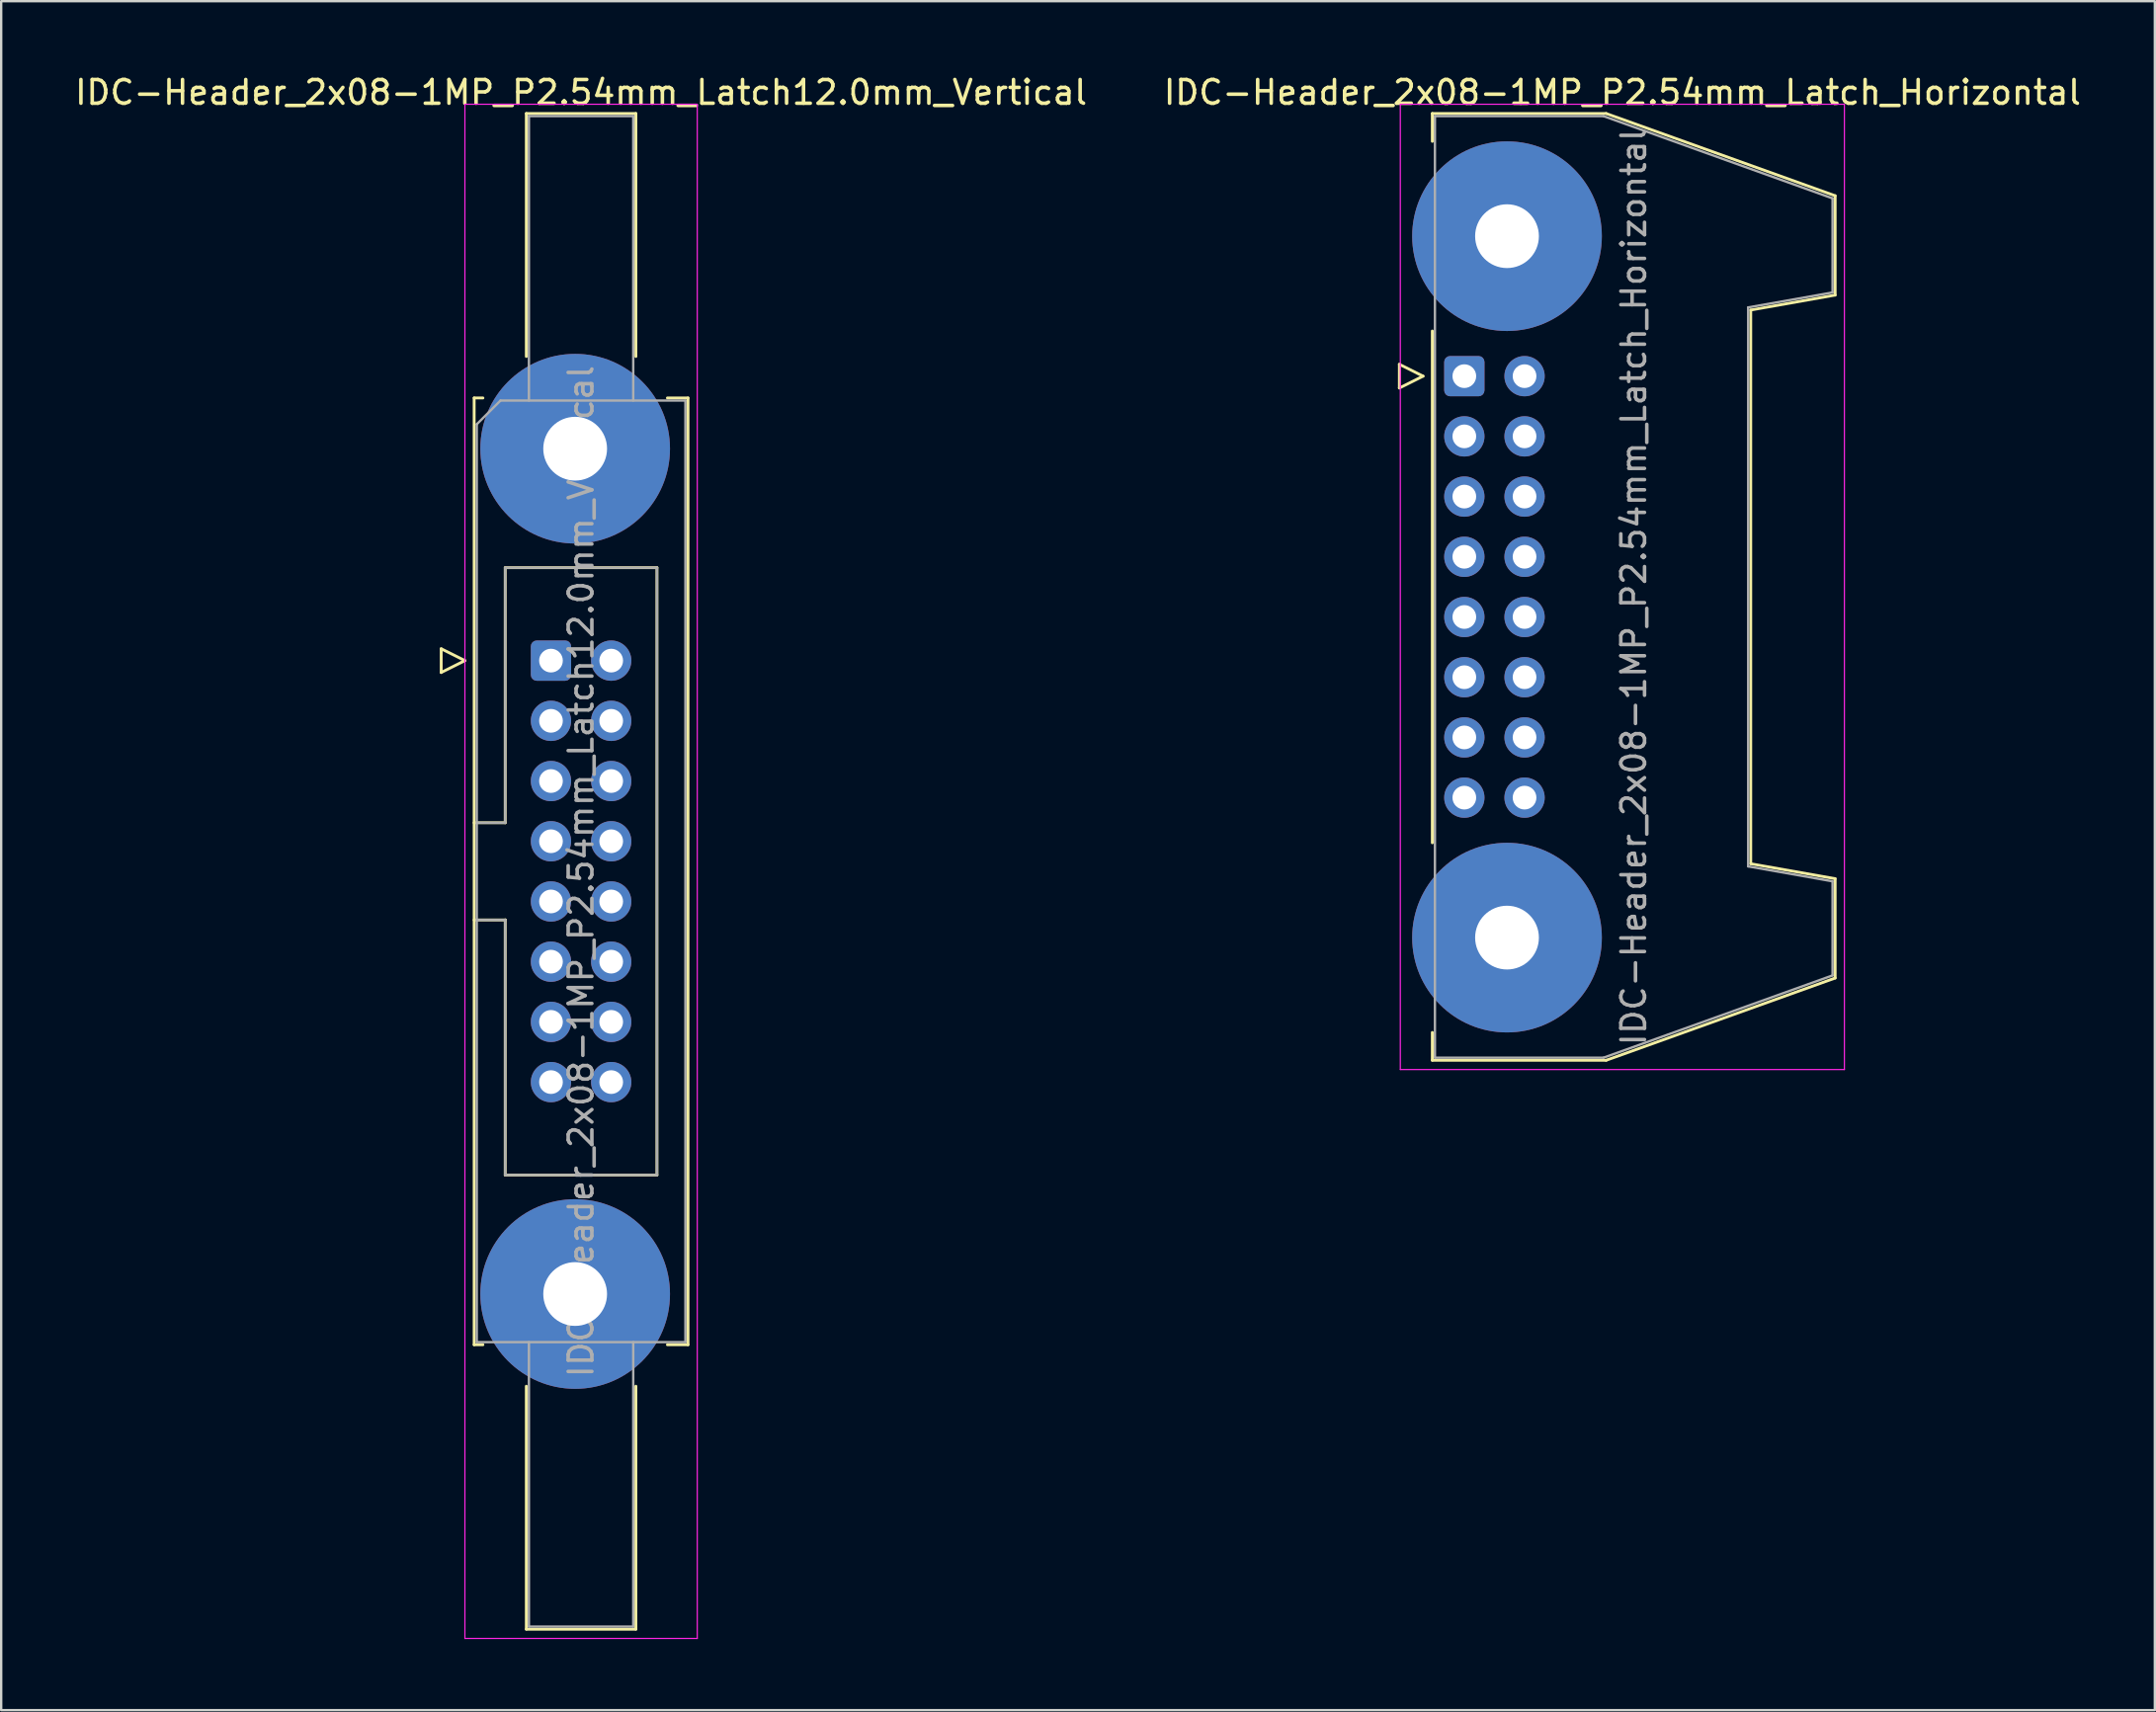
<source format=kicad_pcb>
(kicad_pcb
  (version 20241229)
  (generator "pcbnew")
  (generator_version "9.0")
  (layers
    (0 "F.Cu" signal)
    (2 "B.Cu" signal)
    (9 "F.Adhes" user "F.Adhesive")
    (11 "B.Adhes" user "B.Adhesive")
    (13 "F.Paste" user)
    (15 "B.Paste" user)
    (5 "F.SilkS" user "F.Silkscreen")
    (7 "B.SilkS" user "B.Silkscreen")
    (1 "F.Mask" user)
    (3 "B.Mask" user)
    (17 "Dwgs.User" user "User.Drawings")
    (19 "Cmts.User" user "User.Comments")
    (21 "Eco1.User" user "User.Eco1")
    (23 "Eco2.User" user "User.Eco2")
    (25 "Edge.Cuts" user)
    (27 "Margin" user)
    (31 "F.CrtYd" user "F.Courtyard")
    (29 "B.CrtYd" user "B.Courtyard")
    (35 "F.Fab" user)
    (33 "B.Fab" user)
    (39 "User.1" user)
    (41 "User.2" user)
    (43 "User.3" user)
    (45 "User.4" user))
  (footprint "IDC-Header_2x08-1MP_P2.54mm_Latch12.0mm_Vertical"
    (layer "F.Cu")
    (at 20.188 24.818)
    (property "Reference" "IDC-Header_2x08-1MP_P2.54mm_Latch12.0mm_Vertical" (at 1.27 -23.97 0) (layer "F.SilkS") (effects (font (size 1 1) (thickness 0.15))))
    (attr through_hole)
    (fp_line (start -4.63 -0.5) (end -4.63 0.5) (stroke (width 0.12) (type solid)) (layer "F.SilkS"))
    (fp_line (start -4.63 0.5) (end -3.63 0) (stroke (width 0.12) (type solid)) (layer "F.SilkS"))
    (fp_line (start -3.63 0) (end -4.63 -0.5) (stroke (width 0.12) (type solid)) (layer "F.SilkS"))
    (fp_line (start -3.24 -11.08) (end -3.24 28.86) (stroke (width 0.12) (type solid)) (layer "F.SilkS"))
    (fp_line (start -3.24 6.84) (end -1.93 6.84) (stroke (width 0.12) (type solid)) (layer "F.SilkS"))
    (fp_line (start -3.24 28.86) (end -2.87 28.86) (stroke (width 0.12) (type solid)) (layer "F.SilkS"))
    (fp_line (start -2.87 -11.08) (end -3.24 -11.08) (stroke (width 0.12) (type solid)) (layer "F.SilkS"))
    (fp_line (start -1.93 -3.92) (end 4.47 -3.92) (stroke (width 0.12) (type solid)) (layer "F.SilkS"))
    (fp_line (start -1.93 6.84) (end -1.93 -3.92) (stroke (width 0.12) (type solid)) (layer "F.SilkS"))
    (fp_line (start -1.93 10.94) (end -3.24 10.94) (stroke (width 0.12) (type solid)) (layer "F.SilkS"))
    (fp_line (start -1.93 10.94) (end -1.93 10.94) (stroke (width 0.12) (type solid)) (layer "F.SilkS"))
    (fp_line (start -1.93 21.7) (end -1.93 10.94) (stroke (width 0.12) (type solid)) (layer "F.SilkS"))
    (fp_line (start -1.04 -23.08) (end 3.58 -23.08) (stroke (width 0.12) (type solid)) (layer "F.SilkS"))
    (fp_line (start -1.04 -12.83) (end -1.04 -23.08) (stroke (width 0.12) (type solid)) (layer "F.SilkS"))
    (fp_line (start -1.04 30.61) (end -1.04 40.86) (stroke (width 0.12) (type solid)) (layer "F.SilkS"))
    (fp_line (start -1.04 40.86) (end 3.58 40.86) (stroke (width 0.12) (type solid)) (layer "F.SilkS"))
    (fp_line (start 3.58 -23.08) (end 3.58 -12.83) (stroke (width 0.12) (type solid)) (layer "F.SilkS"))
    (fp_line (start 3.58 40.86) (end 3.58 30.61) (stroke (width 0.12) (type solid)) (layer "F.SilkS"))
    (fp_line (start 4.47 -3.92) (end 4.47 21.7) (stroke (width 0.12) (type solid)) (layer "F.SilkS"))
    (fp_line (start 4.47 21.7) (end -1.93 21.7) (stroke (width 0.12) (type solid)) (layer "F.SilkS"))
    (fp_line (start 4.91 -11.08) (end 5.78 -11.08) (stroke (width 0.12) (type solid)) (layer "F.SilkS"))
    (fp_line (start 5.78 -11.08) (end 5.78 28.86) (stroke (width 0.12) (type solid)) (layer "F.SilkS"))
    (fp_line (start 5.78 28.86) (end 4.91 28.86) (stroke (width 0.12) (type solid)) (layer "F.SilkS"))
    (fp_line (start -3.63 -23.47) (end -3.63 41.25) (stroke (width 0.05) (type solid)) (layer "F.CrtYd"))
    (fp_line (start -3.63 41.25) (end 6.17 41.25) (stroke (width 0.05) (type solid)) (layer "F.CrtYd"))
    (fp_line (start 6.17 -23.47) (end -3.63 -23.47) (stroke (width 0.05) (type solid)) (layer "F.CrtYd"))
    (fp_line (start 6.17 41.25) (end 6.17 -23.47) (stroke (width 0.05) (type solid)) (layer "F.CrtYd"))
    (fp_line (start -3.13 -9.97) (end -2.13 -10.97) (stroke (width 0.1) (type solid)) (layer "F.Fab"))
    (fp_line (start -3.13 6.84) (end -1.93 6.84) (stroke (width 0.1) (type solid)) (layer "F.Fab"))
    (fp_line (start -3.13 28.75) (end -3.13 -9.97) (stroke (width 0.1) (type solid)) (layer "F.Fab"))
    (fp_line (start -2.13 -10.97) (end 5.67 -10.97) (stroke (width 0.1) (type solid)) (layer "F.Fab"))
    (fp_line (start -1.93 -3.92) (end 4.47 -3.92) (stroke (width 0.1) (type solid)) (layer "F.Fab"))
    (fp_line (start -1.93 6.84) (end -1.93 -3.92) (stroke (width 0.1) (type solid)) (layer "F.Fab"))
    (fp_line (start -1.93 10.94) (end -3.13 10.94) (stroke (width 0.1) (type solid)) (layer "F.Fab"))
    (fp_line (start -1.93 10.94) (end -1.93 10.94) (stroke (width 0.1) (type solid)) (layer "F.Fab"))
    (fp_line (start -1.93 21.7) (end -1.93 10.94) (stroke (width 0.1) (type solid)) (layer "F.Fab"))
    (fp_line (start -0.93 -22.97) (end 3.47 -22.97) (stroke (width 0.1) (type solid)) (layer "F.Fab"))
    (fp_line (start -0.93 -10.97) (end -0.93 -22.97) (stroke (width 0.1) (type solid)) (layer "F.Fab"))
    (fp_line (start -0.93 28.75) (end -0.93 40.75) (stroke (width 0.1) (type solid)) (layer "F.Fab"))
    (fp_line (start -0.93 40.75) (end 3.47 40.75) (stroke (width 0.1) (type solid)) (layer "F.Fab"))
    (fp_line (start 3.47 -22.97) (end 3.47 -10.97) (stroke (width 0.1) (type solid)) (layer "F.Fab"))
    (fp_line (start 3.47 40.75) (end 3.47 28.75) (stroke (width 0.1) (type solid)) (layer "F.Fab"))
    (fp_line (start 4.47 -3.92) (end 4.47 21.7) (stroke (width 0.1) (type solid)) (layer "F.Fab"))
    (fp_line (start 4.47 21.7) (end -1.93 21.7) (stroke (width 0.1) (type solid)) (layer "F.Fab"))
    (fp_line (start 5.67 -10.97) (end 5.67 28.75) (stroke (width 0.1) (type solid)) (layer "F.Fab"))
    (fp_line (start 5.67 28.75) (end -3.13 28.75) (stroke (width 0.1) (type solid)) (layer "F.Fab"))
    (fp_text user "${REFERENCE}" (at 1.27 8.89 90) (layer "F.Fab") (effects (font (size 1 1) (thickness 0.15))))
    (pad "1" thru_hole roundrect (at 0 0) (size 1.7 1.7) (drill 1) (layers "*.Cu" "*.Mask") (roundrect_rratio 0.147))
    (pad "2" thru_hole circle (at 2.54 0) (size 1.7 1.7) (drill 1) (layers "*.Cu" "*.Mask"))
    (pad "3" thru_hole circle (at 0 2.54) (size 1.7 1.7) (drill 1) (layers "*.Cu" "*.Mask"))
    (pad "4" thru_hole circle (at 2.54 2.54) (size 1.7 1.7) (drill 1) (layers "*.Cu" "*.Mask"))
    (pad "5" thru_hole circle (at 0 5.08) (size 1.7 1.7) (drill 1) (layers "*.Cu" "*.Mask"))
    (pad "6" thru_hole circle (at 2.54 5.08) (size 1.7 1.7) (drill 1) (layers "*.Cu" "*.Mask"))
    (pad "7" thru_hole circle (at 0 7.62) (size 1.7 1.7) (drill 1) (layers "*.Cu" "*.Mask"))
    (pad "8" thru_hole circle (at 2.54 7.62) (size 1.7 1.7) (drill 1) (layers "*.Cu" "*.Mask"))
    (pad "9" thru_hole circle (at 0 10.16) (size 1.7 1.7) (drill 1) (layers "*.Cu" "*.Mask"))
    (pad "10" thru_hole circle (at 2.54 10.16) (size 1.7 1.7) (drill 1) (layers "*.Cu" "*.Mask"))
    (pad "11" thru_hole circle (at 0 12.7) (size 1.7 1.7) (drill 1) (layers "*.Cu" "*.Mask"))
    (pad "12" thru_hole circle (at 2.54 12.7) (size 1.7 1.7) (drill 1) (layers "*.Cu" "*.Mask"))
    (pad "13" thru_hole circle (at 0 15.24) (size 1.7 1.7) (drill 1) (layers "*.Cu" "*.Mask"))
    (pad "14" thru_hole circle (at 2.54 15.24) (size 1.7 1.7) (drill 1) (layers "*.Cu" "*.Mask"))
    (pad "15" thru_hole circle (at 0 17.78) (size 1.7 1.7) (drill 1) (layers "*.Cu" "*.Mask"))
    (pad "16" thru_hole circle (at 2.54 17.78) (size 1.7 1.7) (drill 1) (layers "*.Cu" "*.Mask"))
    (pad "MP" thru_hole circle (at 1.02 -8.94) (size 8 8) (drill 2.69) (layers "*.Cu" "*.Mask"))
    (pad "MP" thru_hole circle (at 1.02 26.72) (size 8 8) (drill 2.69) (layers "*.Cu" "*.Mask")))
  (footprint "IDC-Header_2x08-1MP_P2.54mm_Latch_Horizontal"
    (layer "F.Cu")
    (at 58.71 12.818)
    (property "Reference" "IDC-Header_2x08-1MP_P2.54mm_Latch_Horizontal" (at 6.665 -11.97 0) (layer "F.SilkS") (effects (font (size 1 1) (thickness 0.15))))
    (attr through_hole)
    (fp_line (start -2.74 -0.5) (end -2.74 0.5) (stroke (width 0.12) (type solid)) (layer "F.SilkS"))
    (fp_line (start -2.74 0.5) (end -1.74 0) (stroke (width 0.12) (type solid)) (layer "F.SilkS"))
    (fp_line (start -1.74 0) (end -2.74 -0.5) (stroke (width 0.12) (type solid)) (layer "F.SilkS"))
    (fp_line (start -1.35 -11.08) (end -1.35 -9.905) (stroke (width 0.12) (type solid)) (layer "F.SilkS"))
    (fp_line (start -1.35 -11.08) (end 5.98 -11.08) (stroke (width 0.12) (type solid)) (layer "F.SilkS"))
    (fp_line (start -1.35 -1.905) (end -1.35 19.685) (stroke (width 0.12) (type solid)) (layer "F.SilkS"))
    (fp_line (start -1.35 27.685) (end -1.35 28.86) (stroke (width 0.12) (type solid)) (layer "F.SilkS"))
    (fp_line (start 5.98 -11.08) (end 15.64 -7.61) (stroke (width 0.12) (type solid)) (layer "F.SilkS"))
    (fp_line (start 5.98 28.86) (end -1.35 28.86) (stroke (width 0.12) (type solid)) (layer "F.SilkS"))
    (fp_line (start 12.08 -2.79) (end 12.08 20.57) (stroke (width 0.12) (type solid)) (layer "F.SilkS"))
    (fp_line (start 12.08 20.57) (end 15.64 21.2) (stroke (width 0.12) (type solid)) (layer "F.SilkS"))
    (fp_line (start 15.64 -7.61) (end 15.64 -3.42) (stroke (width 0.12) (type solid)) (layer "F.SilkS"))
    (fp_line (start 15.64 -3.42) (end 12.08 -2.79) (stroke (width 0.12) (type solid)) (layer "F.SilkS"))
    (fp_line (start 15.64 21.2) (end 15.64 25.39) (stroke (width 0.12) (type solid)) (layer "F.SilkS"))
    (fp_line (start 15.64 25.39) (end 5.98 28.86) (stroke (width 0.12) (type solid)) (layer "F.SilkS"))
    (fp_line (start -2.7 -11.47) (end -2.7 29.25) (stroke (width 0.05) (type solid)) (layer "F.CrtYd"))
    (fp_line (start -2.7 29.25) (end 16.03 29.25) (stroke (width 0.05) (type solid)) (layer "F.CrtYd"))
    (fp_line (start 16.03 -11.47) (end -2.7 -11.47) (stroke (width 0.05) (type solid)) (layer "F.CrtYd"))
    (fp_line (start 16.03 29.25) (end 16.03 -11.47) (stroke (width 0.05) (type solid)) (layer "F.CrtYd"))
    (fp_line (start -1.24 -10.97) (end 5.87 -10.97) (stroke (width 0.1) (type solid)) (layer "F.Fab"))
    (fp_line (start -1.24 28.75) (end -1.24 -10.97) (stroke (width 0.1) (type solid)) (layer "F.Fab"))
    (fp_line (start 5.87 -10.97) (end 15.53 -7.5) (stroke (width 0.1) (type solid)) (layer "F.Fab"))
    (fp_line (start 5.87 28.75) (end -1.24 28.75) (stroke (width 0.1) (type solid)) (layer "F.Fab"))
    (fp_line (start 11.97 -2.9) (end 11.97 20.68) (stroke (width 0.1) (type solid)) (layer "F.Fab"))
    (fp_line (start 11.97 20.68) (end 15.53 21.31) (stroke (width 0.1) (type solid)) (layer "F.Fab"))
    (fp_line (start 15.53 -7.5) (end 15.53 -3.53) (stroke (width 0.1) (type solid)) (layer "F.Fab"))
    (fp_line (start 15.53 -3.53) (end 11.97 -2.9) (stroke (width 0.1) (type solid)) (layer "F.Fab"))
    (fp_line (start 15.53 21.31) (end 15.53 25.28) (stroke (width 0.1) (type solid)) (layer "F.Fab"))
    (fp_line (start 15.53 25.28) (end 5.87 28.75) (stroke (width 0.1) (type solid)) (layer "F.Fab"))
    (fp_text user "${REFERENCE}" (at 7.145 8.89 90) (layer "F.Fab") (effects (font (size 1 1) (thickness 0.15))))
    (pad "1" thru_hole roundrect (at 0 0) (size 1.7 1.7) (drill 1) (layers "*.Cu" "*.Mask") (roundrect_rratio 0.147))
    (pad "2" thru_hole circle (at 2.54 0) (size 1.7 1.7) (drill 1) (layers "*.Cu" "*.Mask"))
    (pad "3" thru_hole circle (at 0 2.54) (size 1.7 1.7) (drill 1) (layers "*.Cu" "*.Mask"))
    (pad "4" thru_hole circle (at 2.54 2.54) (size 1.7 1.7) (drill 1) (layers "*.Cu" "*.Mask"))
    (pad "5" thru_hole circle (at 0 5.08) (size 1.7 1.7) (drill 1) (layers "*.Cu" "*.Mask"))
    (pad "6" thru_hole circle (at 2.54 5.08) (size 1.7 1.7) (drill 1) (layers "*.Cu" "*.Mask"))
    (pad "7" thru_hole circle (at 0 7.62) (size 1.7 1.7) (drill 1) (layers "*.Cu" "*.Mask"))
    (pad "8" thru_hole circle (at 2.54 7.62) (size 1.7 1.7) (drill 1) (layers "*.Cu" "*.Mask"))
    (pad "9" thru_hole circle (at 0 10.16) (size 1.7 1.7) (drill 1) (layers "*.Cu" "*.Mask"))
    (pad "10" thru_hole circle (at 2.54 10.16) (size 1.7 1.7) (drill 1) (layers "*.Cu" "*.Mask"))
    (pad "11" thru_hole circle (at 0 12.7) (size 1.7 1.7) (drill 1) (layers "*.Cu" "*.Mask"))
    (pad "12" thru_hole circle (at 2.54 12.7) (size 1.7 1.7) (drill 1) (layers "*.Cu" "*.Mask"))
    (pad "13" thru_hole circle (at 0 15.24) (size 1.7 1.7) (drill 1) (layers "*.Cu" "*.Mask"))
    (pad "14" thru_hole circle (at 2.54 15.24) (size 1.7 1.7) (drill 1) (layers "*.Cu" "*.Mask"))
    (pad "15" thru_hole circle (at 0 17.78) (size 1.7 1.7) (drill 1) (layers "*.Cu" "*.Mask"))
    (pad "16" thru_hole circle (at 2.54 17.78) (size 1.7 1.7) (drill 1) (layers "*.Cu" "*.Mask"))
    (pad "MP" thru_hole circle (at 1.8 -5.905) (size 8 8) (drill 2.69) (layers "*.Cu" "*.Mask"))
    (pad "MP" thru_hole circle (at 1.8 23.685) (size 8 8) (drill 2.69) (layers "*.Cu" "*.Mask")))
  (gr_rect
    (start -3 -3)
    (end 87.833 69.093)
    (stroke (width 0.1) (type default))
    (fill no)
    (layer "Edge.Cuts")))
</source>
